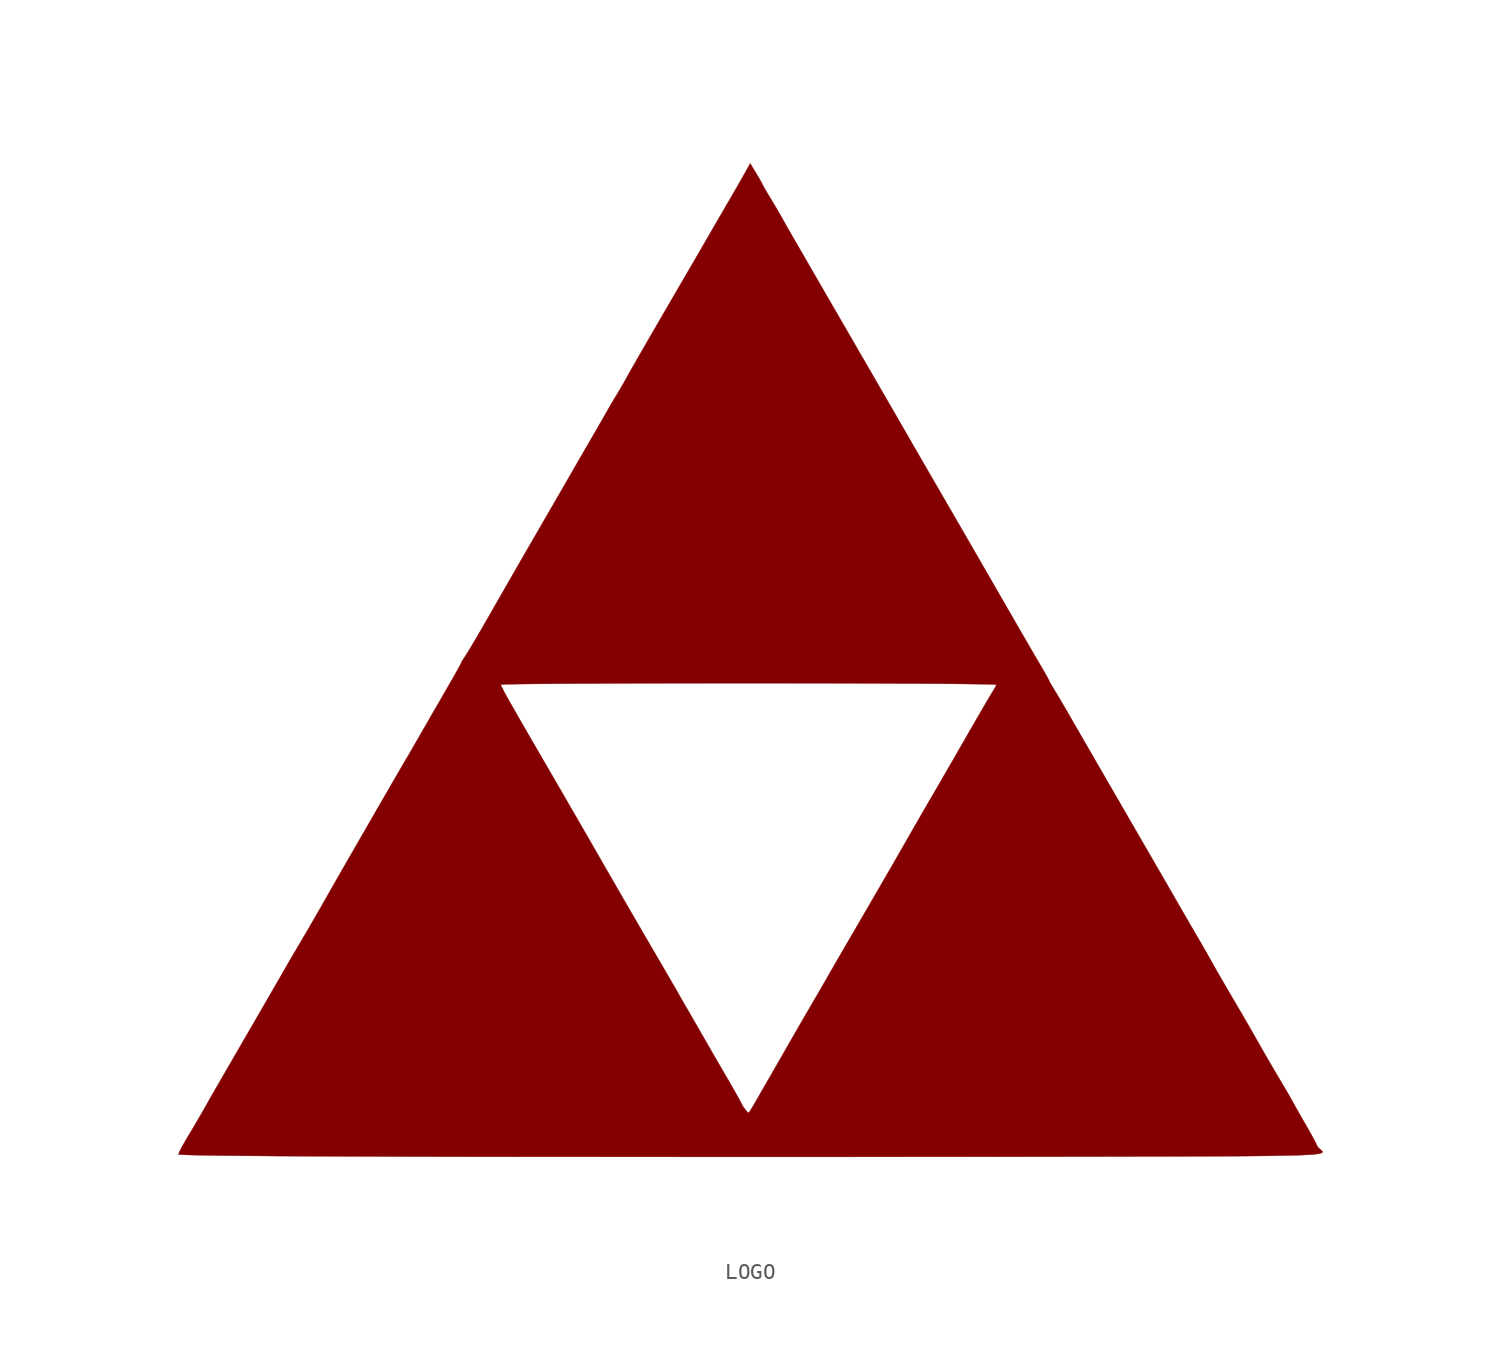
<source format=kicad_sym>
(kicad_symbol_lib
  (version 20220914)
  (generator "bitmap2component")
  (generator_version "9.0")
  (symbol "LOGO"
    (pin_names
      (offset 1.016))
    (property "Reference" "#G"
      (at 0 31.938 0)
      (effects (font (size 1.27 1.27)) hide))
    (symbol "LOGO_0_0"
      (polyline (pts (xy 3.933 -30.027) (xy 6.932 -30.026) (xy 9.848 -30.024) (xy 12.643 -30.021) (xy 15.282 -30.018) (xy 17.727 -30.015) (xy 18.243 -30.014) (xy 20.627 -30.01) (xy 22.788 -30.006) (xy 24.737 -30.002) (xy 26.485 -29.998) (xy 28.041 -29.993) (xy 29.418 -29.987) (xy 30.624 -29.98) (xy 31.672 -29.971) (xy 32.57 -29.96) (xy 33.331 -29.947) (xy 33.964 -29.932) (xy 34.479 -29.914) (xy 34.888 -29.893) (xy 35.201 -29.868) (xy 35.429 -29.84) (xy 35.582 -29.808) (xy 35.67 -29.771) (xy 35.704 -29.731) (xy 35.695 -29.685) (xy 35.653 -29.634) (xy 35.589 -29.578) (xy 35.513 -29.516) (xy 35.416 -29.421) (xy 35.337 -29.283) (xy 35.309 -29.209) (xy 35.184 -28.963) (xy 34.982 -28.595) (xy 34.729 -28.151) (xy 34.569 -27.874) (xy 34.292 -27.39) (xy 34.057 -26.974) (xy 33.902 -26.694) (xy 33.788 -26.488) (xy 33.566 -26.1) (xy 33.285 -25.619) (xy 32.981 -25.106) (xy 32.788 -24.781) (xy 32.4 -24.117) (xy 32.012 -23.446) (xy 31.686 -22.872) (xy 31.625 -22.763) (xy 31.317 -22.224) (xy 30.942 -21.573) (xy 30.541 -20.883) (xy 30.155 -20.226) (xy 30.016 -19.99) (xy 29.66 -19.381) (xy 29.328 -18.808) (xy 29.051 -18.326) (xy 28.863 -17.992) (xy 28.745 -17.78) (xy 28.48 -17.312) (xy 28.168 -16.768) (xy 27.855 -16.228) (xy 27.654 -15.885) (xy 27.36 -15.379) (xy 27.107 -14.942) (xy 26.933 -14.64) (xy 26.74 -14.305) (xy 26.423 -13.753) (xy 26.031 -13.073) (xy 25.549 -12.241) (xy 24.964 -11.23) (xy 24.835 -11.006) (xy 24.352 -10.173) (xy 23.817 -9.247) (xy 23.247 -8.262) (xy 22.663 -7.251) (xy 22.082 -6.246) (xy 21.524 -5.281) (xy 21.009 -4.388) (xy 20.554 -3.599) (xy 20.178 -2.949) (xy 19.902 -2.469) (xy 19.633 -2.004) (xy 19.336 -1.498) (xy 19.085 -1.075) (xy 18.915 -0.796) (xy 18.839 -0.674) (xy 18.695 -0.428) (xy 18.638 -0.306) (xy 18.624 -0.271) (xy 18.519 -0.073) (xy 18.333 0.256) (xy 18.094 0.666) (xy 18.031 0.772) (xy 17.775 1.209) (xy 17.437 1.79) (xy 17.044 2.469) (xy 16.62 3.2) (xy 16.194 3.939) (xy 15.996 4.282) (xy 15.608 4.956) (xy 15.258 5.563) (xy 14.966 6.07) (xy 14.752 6.442) (xy 14.635 6.644) (xy 14.543 6.803) (xy 14.338 7.16) (xy 14.074 7.617) (xy 13.787 8.114) (xy 13.742 8.193) (xy 13.463 8.676) (xy 13.101 9.301) (xy 12.686 10.018) (xy 12.247 10.776) (xy 11.813 11.524) (xy 11.718 11.689) (xy 11.284 12.438) (xy 10.854 13.18) (xy 10.457 13.866) (xy 10.121 14.448) (xy 9.875 14.876) (xy 9.852 14.916) (xy 9.548 15.444) (xy 9.147 16.139) (xy 8.667 16.97) (xy 8.129 17.902) (xy 7.55 18.902) (xy 6.95 19.939) (xy 6.348 20.98) (xy 5.763 21.99) (xy 5.683 22.127) (xy 5.289 22.808) (xy 4.88 23.514) (xy 4.503 24.168) (xy 4.199 24.694) (xy 4.067 24.925) (xy 3.679 25.596) (xy 3.27 26.304) (xy 2.908 26.929) (xy 2.71 27.271) (xy 2.419 27.777) (xy 2.17 28.216) (xy 2 28.519) (xy 1.99 28.537) (xy 1.791 28.886) (xy 1.527 29.336) (xy 1.252 29.795) (xy 1.187 29.903) (xy 0.972 30.265) (xy 0.821 30.527) (xy 0.764 30.639) (xy 0.717 30.738) (xy 0.577 30.985) (xy 0.377 31.323) (xy -0.01 31.966) (xy -0.347 31.358) (xy -0.399 31.266) (xy -0.643 30.834) (xy -0.94 30.318) (xy -1.235 29.81) (xy -1.457 29.43) (xy -1.804 28.832) (xy -2.179 28.186) (xy -2.532 27.576) (xy -2.807 27.099) (xy -3.181 26.453) (xy -3.538 25.838) (xy -3.828 25.341) (xy -4.24 24.635) (xy -4.859 23.571) (xy -5.453 22.55) (xy -6.006 21.595) (xy -6.507 20.729) (xy -6.942 19.974) (xy -7.297 19.354) (xy -7.56 18.891) (xy -7.718 18.609) (xy -7.857 18.357) (xy -8.111 17.913) (xy -8.329 17.55) (xy -8.408 17.423) (xy -8.661 17) (xy -8.902 16.581) (xy -9.03 16.353) (xy -9.277 15.922) (xy -9.573 15.407) (xy -9.881 14.876) (xy -10.064 14.56) (xy -10.45 13.894) (xy -10.84 13.219) (xy -11.173 12.641) (xy -11.306 12.41) (xy -11.678 11.765) (xy -12.074 11.079) (xy -12.429 10.466) (xy -12.967 9.536) (xy -13.423 8.747) (xy -13.798 8.099) (xy -14.111 7.558) (xy -14.38 7.092) (xy -14.623 6.668) (xy -14.861 6.255) (xy -15.11 5.821) (xy -15.113 5.815) (xy -15.416 5.287) (xy -15.694 4.801) (xy -15.917 4.413) (xy -16.053 4.175) (xy -16.239 3.848) (xy -16.684 3.074) (xy -17.083 2.388) (xy -17.419 1.821) (xy -17.674 1.401) (xy -17.831 1.158) (xy -17.842 1.142) (xy -17.99 0.914) (xy -18.05 0.787) (xy -18.087 0.709) (xy -18.224 0.455) (xy -18.445 0.06) (xy -18.731 -0.442) (xy -18.798 -0.559) (xy -15.579 -0.559) (xy -15.567 -0.555) (xy -15.379 -0.544) (xy -14.973 -0.534) (xy -14.364 -0.524) (xy -13.566 -0.515) (xy -12.592 -0.507) (xy -11.456 -0.499) (xy -10.172 -0.492) (xy -8.753 -0.485) (xy -7.213 -0.48) (xy -5.565 -0.476) (xy -3.825 -0.473) (xy -2.004 -0.471) (xy -0.118 -0.47) (xy 0.5 -0.47) (xy 2.366 -0.472) (xy 4.163 -0.474) (xy 5.875 -0.478) (xy 7.489 -0.482) (xy 8.991 -0.488) (xy 10.369 -0.495) (xy 11.607 -0.502) (xy 12.692 -0.511) (xy 13.611 -0.52) (xy 14.349 -0.53) (xy 14.894 -0.54) (xy 15.23 -0.551) (xy 15.346 -0.562) (xy 15.308 -0.673) (xy 15.18 -0.889) (xy 15.082 -1.047) (xy 14.883 -1.382) (xy 14.601 -1.862) (xy 14.254 -2.459) (xy 13.858 -3.143) (xy 13.432 -3.885) (xy 13.075 -4.506) (xy 12.616 -5.304) (xy 12.177 -6.064) (xy 11.784 -6.745) (xy 11.459 -7.305) (xy 11.227 -7.702) (xy 11.061 -7.986) (xy 10.687 -8.631) (xy 10.292 -9.317) (xy 9.937 -9.937) (xy 9.821 -10.141) (xy 9.406 -10.865) (xy 8.895 -11.753) (xy 8.305 -12.774) (xy 7.653 -13.899) (xy 6.956 -15.1) (xy 6.231 -16.345) (xy 6.145 -16.494) (xy 5.815 -17.062) (xy 5.511 -17.585) (xy 5.265 -18.011) (xy 5.107 -18.286) (xy 4.904 -18.639) (xy 4.622 -19.132) (xy 4.354 -19.597) (xy 4.134 -19.975) (xy 3.998 -20.208) (xy 3.945 -20.298) (xy 3.769 -20.599) (xy 3.526 -21.018) (xy 3.249 -21.494) (xy 2.974 -21.971) (xy 2.732 -22.391) (xy 2.557 -22.695) (xy 2.442 -22.896) (xy 2.22 -23.284) (xy 1.942 -23.767) (xy 1.645 -24.283) (xy 1.449 -24.623) (xy 1.088 -25.252) (xy 0.736 -25.865) (xy 0.447 -26.37) (xy 0.335 -26.566) (xy 0.119 -26.933) (xy -0.037 -27.187) (xy -0.106 -27.282) (xy -0.152 -27.256) (xy -0.296 -27.101) (xy -0.455 -26.883) (xy -0.56 -26.694) (xy -0.572 -26.667) (xy -0.682 -26.456) (xy -0.881 -26.098) (xy -1.145 -25.633) (xy -1.451 -25.106) (xy -1.788 -24.528) (xy -2.221 -23.78) (xy -2.65 -23.038) (xy -3.015 -22.401) (xy -3.018 -22.397) (xy -3.321 -21.868) (xy -3.6 -21.382) (xy -3.825 -20.994) (xy -3.964 -20.755) (xy -4.035 -20.634) (xy -4.248 -20.264) (xy -4.47 -19.873) (xy -4.504 -19.813) (xy -4.684 -19.499) (xy -4.953 -19.033) (xy -5.29 -18.454) (xy -5.67 -17.799) (xy -6.073 -17.11) (xy -6.273 -16.767) (xy -6.762 -15.928) (xy -7.312 -14.979) (xy -7.888 -13.984) (xy -8.453 -13.007) (xy -8.968 -12.112) (xy -9.486 -11.21) (xy -10.073 -10.19) (xy -10.589 -9.295) (xy -11.061 -8.479) (xy -11.513 -7.697) (xy -11.972 -6.904) (xy -12.464 -6.055) (xy -12.972 -5.179) (xy -13.44 -4.373) (xy -13.82 -3.716) (xy -14.131 -3.178) (xy -14.389 -2.731) (xy -14.61 -2.346) (xy -14.811 -1.994) (xy -15.009 -1.646) (xy -15.161 -1.376) (xy -15.375 -0.981) (xy -15.523 -0.693) (xy -15.579 -0.559) (xy -18.798 -0.559) (xy -19.063 -1.017) (xy -19.24 -1.324) (xy -19.649 -2.031) (xy -20.057 -2.738) (xy -20.425 -3.377) (xy -20.714 -3.881) (xy -20.927 -4.251) (xy -21.173 -4.679) (xy -21.362 -5.003) (xy -21.464 -5.174) (xy -21.48 -5.2) (xy -21.605 -5.412) (xy -21.827 -5.793) (xy -22.131 -6.316) (xy -22.5 -6.953) (xy -22.919 -7.678) (xy -23.372 -8.463) (xy -23.844 -9.281) (xy -24.319 -10.104) (xy -24.78 -10.906) (xy -25.214 -11.66) (xy -25.603 -12.337) (xy -25.932 -12.911) (xy -26.185 -13.355) (xy -26.347 -13.641) (xy -26.461 -13.844) (xy -26.728 -14.312) (xy -27.044 -14.861) (xy -27.381 -15.445) (xy -27.712 -16.015) (xy -28.01 -16.524) (xy -28.246 -16.925) (xy -28.393 -17.169) (xy -28.439 -17.245) (xy -28.595 -17.511) (xy -28.817 -17.895) (xy -29.075 -18.344) (xy -29.152 -18.479) (xy -29.421 -18.946) (xy -29.771 -19.552) (xy -30.176 -20.253) (xy -30.609 -21.003) (xy -31.044 -21.755) (xy -31.582 -22.682) (xy -32.116 -23.605) (xy -32.553 -24.359) (xy -32.904 -24.965) (xy -33.179 -25.441) (xy -33.39 -25.807) (xy -33.547 -26.081) (xy -33.663 -26.282) (xy -33.747 -26.431) (xy -33.811 -26.546) (xy -33.942 -26.779) (xy -34.291 -27.387) (xy -34.715 -28.112) (xy -35.181 -28.896) (xy -35.263 -29.036) (xy -35.481 -29.421) (xy -35.633 -29.716) (xy -35.689 -29.866) (xy -35.67 -29.874) (xy -35.463 -29.892) (xy -35.028 -29.909) (xy -34.362 -29.925) (xy -33.468 -29.94) (xy -32.342 -29.953) (xy -30.986 -29.965) (xy -29.398 -29.977) (xy -27.577 -29.987) (xy -25.524 -29.995) (xy -23.238 -30.003) (xy -20.717 -30.01) (xy -17.962 -30.015) (xy -16.322 -30.018) (xy -13.765 -30.021) (xy -11.035 -30.023) (xy -8.168 -30.025) (xy -5.2 -30.026) (xy -2.17 -30.027) (xy 0.886 -30.027) (xy 3.933 -30.027)) (stroke (width 0.01) (type default)) (fill (type outline))))))
</source>
